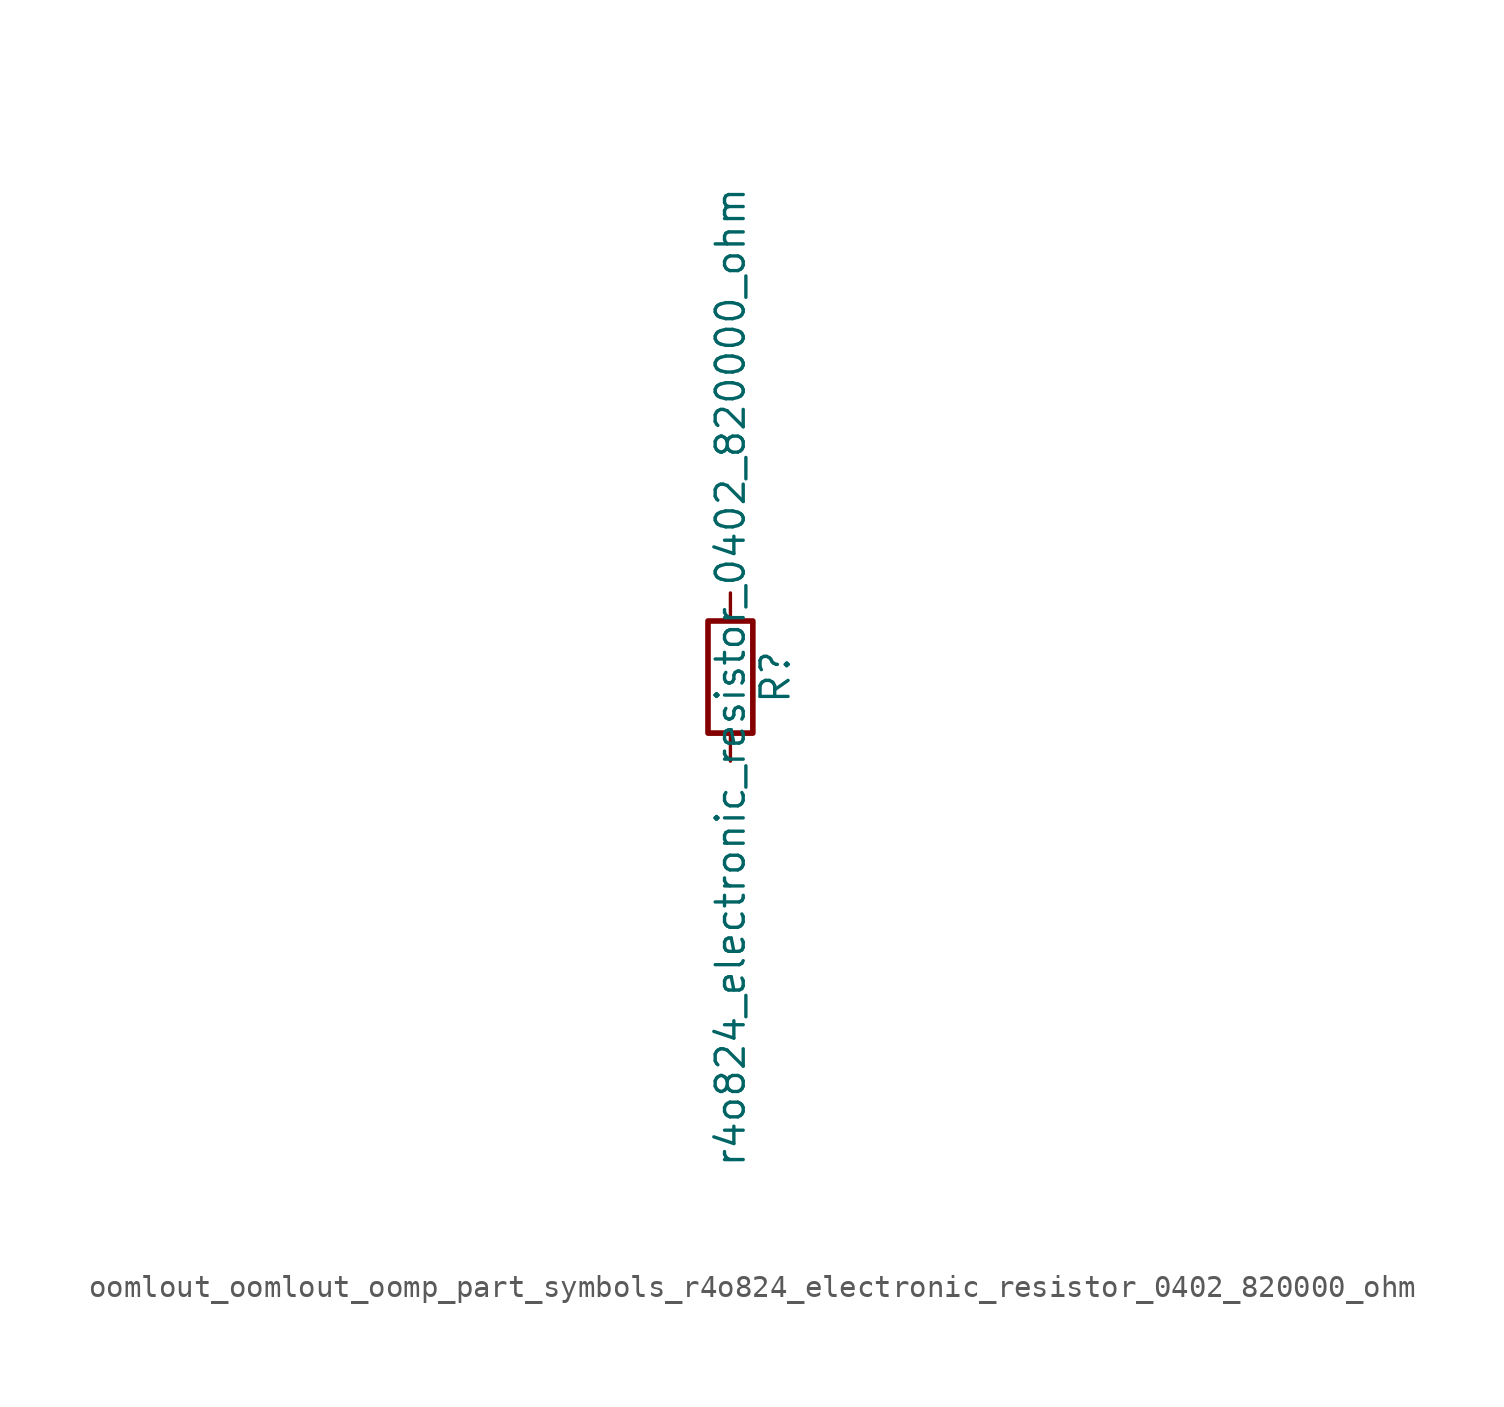
<source format=kicad_sym>
(kicad_symbol_lib
  (version 20220914)
  (generator kicad_symbol_editor)
  (symbol "oomlout_oomlout_oomp_part_symbols_r4o824_electronic_resistor_0402_820000_ohm"
    (pin_numbers hide)
    (pin_names
      (offset 0))
    (property "Reference" "R"
      (at 2.032 0 90)
      (effects (font (size 1.27 1.27))))
    (property "Value" "r4o824_electronic_resistor_0402_820000_ohm"
      (at 0 0 90)
      (effects (font (size 1.27 1.27))))
    (symbol "oomlout_oomlout_oomp_part_symbols_r4o824_electronic_resistor_0402_820000_ohm_0_1"
      (rectangle (start -1.016 -2.54) (end 1.016 2.54) (stroke (width 0.254) (type default)) (fill (type none))))
    (symbol "oomlout_oomlout_oomp_part_symbols_r4o824_electronic_resistor_0402_820000_ohm_1_1"
      (pin passive line (at 0 3.81 270) (length 1.27) (name "~" (effects (font (size 1.27 1.27)))) (number "1" (effects (font (size 1.27 1.27)))))
      (pin passive line (at 0 -3.81 90) (length 1.27) (name "~" (effects (font (size 1.27 1.27)))) (number "2" (effects (font (size 1.27 1.27))))))))
</source>
